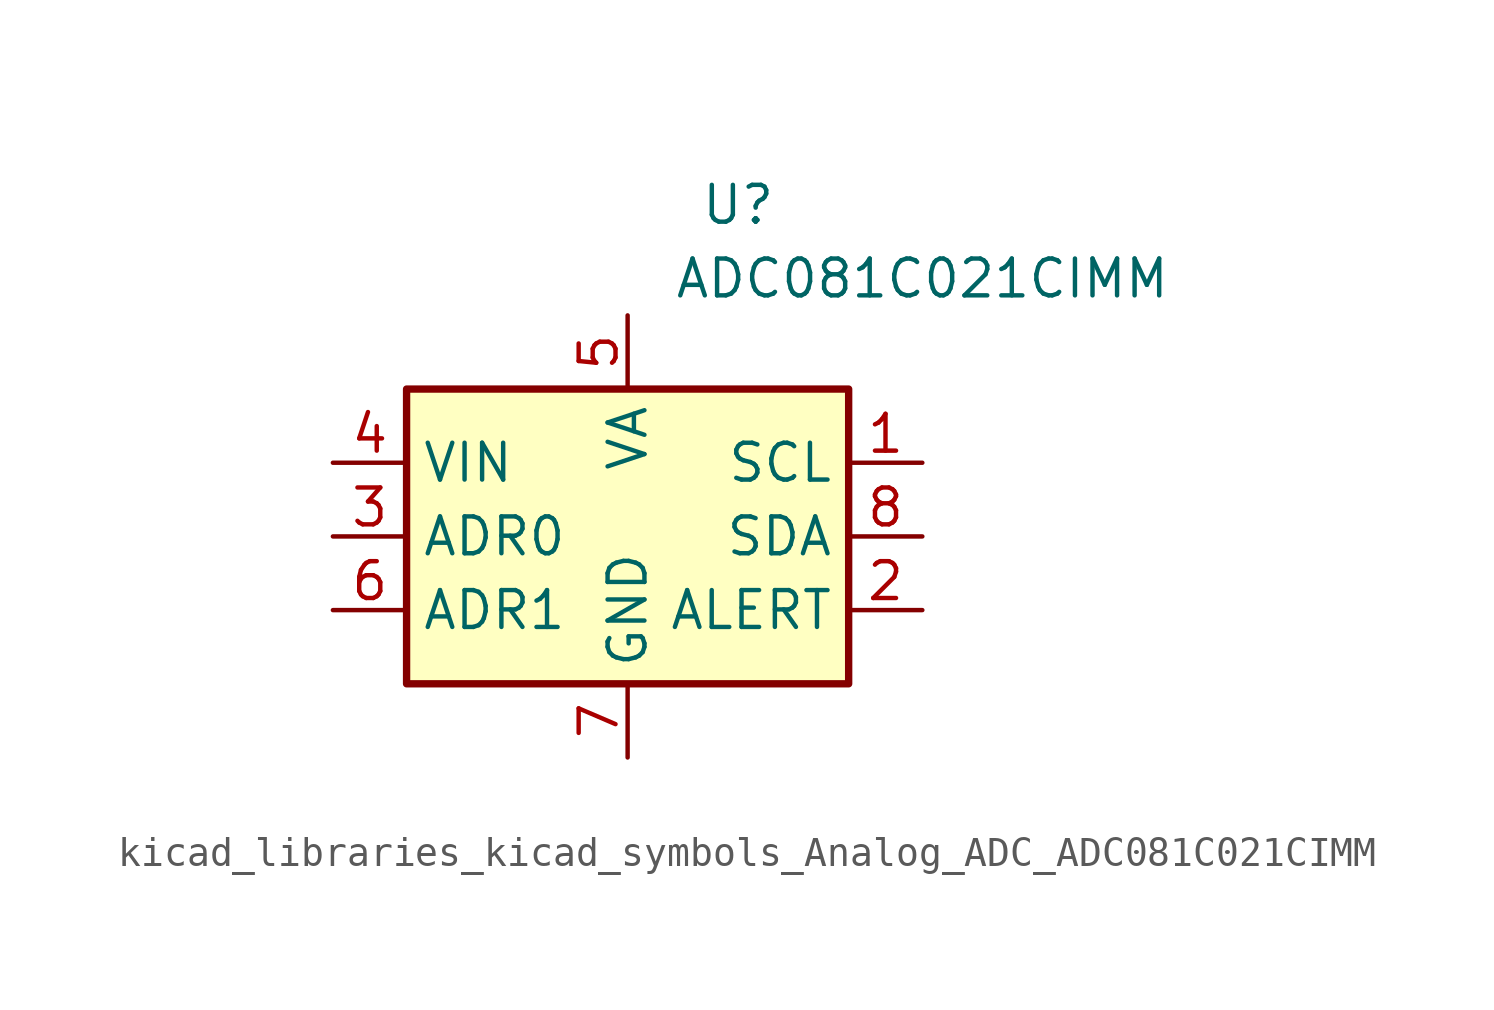
<source format=kicad_sym>
(kicad_symbol_lib
  (version 20220914)
  (generator kicad_symbol_editor)
  (symbol "kicad_libraries_kicad_symbols_Analog_ADC_ADC081C021CIMM"
    (property "Reference" "U"
      (at 3.81 11.43 0)
      (effects (font (size 1.27 1.27))))
    (property "Value" "ADC081C021CIMM"
      (at 10.16 8.89 0)
      (effects (font (size 1.27 1.27))))
    (symbol "kicad_libraries_kicad_symbols_Analog_ADC_ADC081C021CIMM_0_1"
      (rectangle (start -7.62 5.08) (end 7.62 -5.08) (stroke (width 0.254) (type default)) (fill (type background))))
    (symbol "kicad_libraries_kicad_symbols_Analog_ADC_ADC081C021CIMM_1_1"
      (pin input line (at 10.16 2.54 180) (length 2.54) (name "SCL" (effects (font (size 1.27 1.27)))) (number "1" (effects (font (size 1.27 1.27)))))
      (pin open_collector line (at 10.16 -2.54 180) (length 2.54) (name "ALERT" (effects (font (size 1.27 1.27)))) (number "2" (effects (font (size 1.27 1.27)))))
      (pin input line (at -10.16 0 0) (length 2.54) (name "ADR0" (effects (font (size 1.27 1.27)))) (number "3" (effects (font (size 1.27 1.27)))))
      (pin input line (at -10.16 2.54 0) (length 2.54) (name "VIN" (effects (font (size 1.27 1.27)))) (number "4" (effects (font (size 1.27 1.27)))))
      (pin power_in line (at 0 7.62 270) (length 2.54) (name "VA" (effects (font (size 1.27 1.27)))) (number "5" (effects (font (size 1.27 1.27)))))
      (pin input line (at -10.16 -2.54 0) (length 2.54) (name "ADR1" (effects (font (size 1.27 1.27)))) (number "6" (effects (font (size 1.27 1.27)))))
      (pin power_in line (at 0 -7.62 90) (length 2.54) (name "GND" (effects (font (size 1.27 1.27)))) (number "7" (effects (font (size 1.27 1.27)))))
      (pin bidirectional line (at 10.16 0 180) (length 2.54) (name "SDA" (effects (font (size 1.27 1.27)))) (number "8" (effects (font (size 1.27 1.27))))))))
</source>
